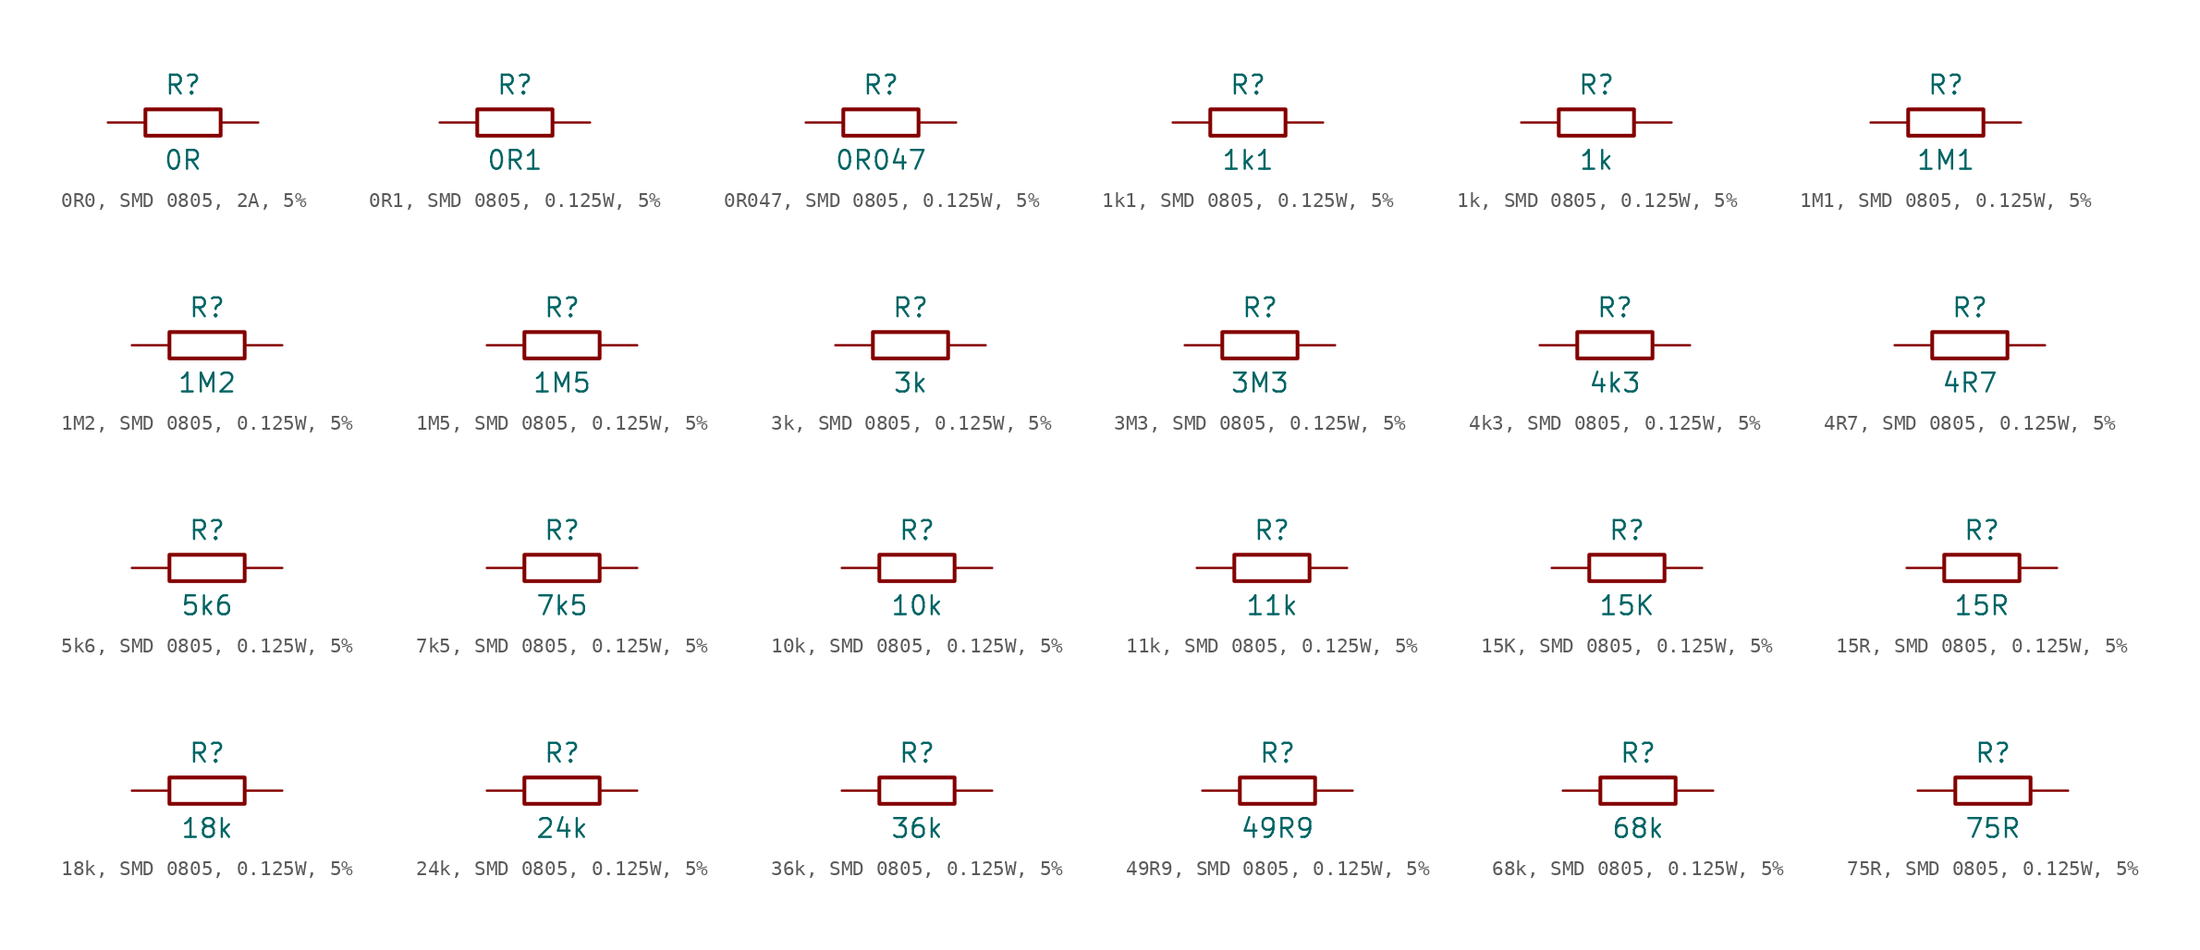
<source format=kicad_sym>
(kicad_symbol_lib
  (version 20241209)
  (generator "kicad_symbol_editor")
  (generator_version "9.0")
  (symbol "0R0, SMD 0805, 2A, 5%"
    (pin_numbers
      (hide yes))
    (pin_names
      (offset 0)
      (hide yes))
    (property "Reference" "R"
      (at 0 2.54 0)
      (effects (font (size 1.27 1.27))))
    (property "Value" "0R"
      (at 0 -2.54 0)
      (effects (font (size 1.27 1.27))))
    (symbol "0R0, SMD 0805, 2A, 5%_0_1"
      (rectangle (start -2.54 0.889) (end 2.54 -0.889) (stroke (width 0.254) (type default)) (fill (type none))))
    (symbol "0R0, SMD 0805, 2A, 5%_1_1"
      (pin passive line (at -5.08 0 0) (length 2.54) (name "1" (effects (font (size 1.27 1.27)))) (number "1" (effects (font (size 1.27 1.27)))))
      (pin passive line (at 5.08 0 180) (length 2.54) (name "2" (effects (font (size 1.27 1.27)))) (number "2" (effects (font (size 1.27 1.27)))))))
  (symbol "0R1, SMD 0805, 0.125W, 5%"
    (pin_numbers
      (hide yes))
    (pin_names
      (offset 0)
      (hide yes))
    (property "Reference" "R"
      (at 0 2.54 0)
      (effects (font (size 1.27 1.27))))
    (property "Value" "0R1"
      (at 0 -2.54 0)
      (effects (font (size 1.27 1.27))))
    (symbol "0R1, SMD 0805, 0.125W, 5%_0_1"
      (rectangle (start -2.54 0.889) (end 2.54 -0.889) (stroke (width 0.254) (type default)) (fill (type none))))
    (symbol "0R1, SMD 0805, 0.125W, 5%_1_1"
      (pin passive line (at -5.08 0 0) (length 2.54) (name "1" (effects (font (size 1.27 1.27)))) (number "1" (effects (font (size 1.27 1.27)))))
      (pin passive line (at 5.08 0 180) (length 2.54) (name "2" (effects (font (size 1.27 1.27)))) (number "2" (effects (font (size 1.27 1.27)))))))
  (symbol "0R047, SMD 0805, 0.125W, 5%"
    (pin_numbers
      (hide yes))
    (pin_names
      (offset 0)
      (hide yes))
    (property "Reference" "R"
      (at 0 2.54 0)
      (effects (font (size 1.27 1.27))))
    (property "Value" "0R047"
      (at 0 -2.54 0)
      (effects (font (size 1.27 1.27))))
    (symbol "0R047, SMD 0805, 0.125W, 5%_0_1"
      (rectangle (start -2.54 0.889) (end 2.54 -0.889) (stroke (width 0.254) (type default)) (fill (type none))))
    (symbol "0R047, SMD 0805, 0.125W, 5%_1_1"
      (pin passive line (at -5.08 0 0) (length 2.54) (name "1" (effects (font (size 1.27 1.27)))) (number "1" (effects (font (size 1.27 1.27)))))
      (pin passive line (at 5.08 0 180) (length 2.54) (name "2" (effects (font (size 1.27 1.27)))) (number "2" (effects (font (size 1.27 1.27)))))))
  (symbol "1k1, SMD 0805, 0.125W, 5%"
    (pin_numbers
      (hide yes))
    (pin_names
      (offset 0)
      (hide yes))
    (property "Reference" "R"
      (at 0 2.54 0)
      (effects (font (size 1.27 1.27))))
    (property "Value" "1k1"
      (at 0 -2.54 0)
      (effects (font (size 1.27 1.27))))
    (symbol "1k1, SMD 0805, 0.125W, 5%_0_1"
      (rectangle (start -2.54 0.889) (end 2.54 -0.889) (stroke (width 0.254) (type default)) (fill (type none))))
    (symbol "1k1, SMD 0805, 0.125W, 5%_1_1"
      (pin passive line (at -5.08 0 0) (length 2.54) (name "1" (effects (font (size 1.27 1.27)))) (number "1" (effects (font (size 1.27 1.27)))))
      (pin passive line (at 5.08 0 180) (length 2.54) (name "2" (effects (font (size 1.27 1.27)))) (number "2" (effects (font (size 1.27 1.27)))))))
  (symbol "1k, SMD 0805, 0.125W, 5%"
    (pin_numbers
      (hide yes))
    (pin_names
      (offset 0)
      (hide yes))
    (property "Reference" "R"
      (at 0 2.54 0)
      (effects (font (size 1.27 1.27))))
    (property "Value" "1k"
      (at 0 -2.54 0)
      (effects (font (size 1.27 1.27))))
    (symbol "1k, SMD 0805, 0.125W, 5%_0_1"
      (rectangle (start -2.54 0.889) (end 2.54 -0.889) (stroke (width 0.254) (type default)) (fill (type none))))
    (symbol "1k, SMD 0805, 0.125W, 5%_1_1"
      (pin passive line (at -5.08 0 0) (length 2.54) (name "1" (effects (font (size 1.27 1.27)))) (number "1" (effects (font (size 1.27 1.27)))))
      (pin passive line (at 5.08 0 180) (length 2.54) (name "2" (effects (font (size 1.27 1.27)))) (number "2" (effects (font (size 1.27 1.27)))))))
  (symbol "1M1, SMD 0805, 0.125W, 5%"
    (pin_numbers
      (hide yes))
    (pin_names
      (offset 0)
      (hide yes))
    (property "Reference" "R"
      (at 0 2.54 0)
      (effects (font (size 1.27 1.27))))
    (property "Value" "1M1"
      (at 0 -2.54 0)
      (effects (font (size 1.27 1.27))))
    (symbol "1M1, SMD 0805, 0.125W, 5%_0_1"
      (rectangle (start -2.54 0.889) (end 2.54 -0.889) (stroke (width 0.254) (type default)) (fill (type none))))
    (symbol "1M1, SMD 0805, 0.125W, 5%_1_1"
      (pin passive line (at -5.08 0 0) (length 2.54) (name "1" (effects (font (size 1.27 1.27)))) (number "1" (effects (font (size 1.27 1.27)))))
      (pin passive line (at 5.08 0 180) (length 2.54) (name "2" (effects (font (size 1.27 1.27)))) (number "2" (effects (font (size 1.27 1.27)))))))
  (symbol "1M2, SMD 0805, 0.125W, 5%"
    (pin_numbers
      (hide yes))
    (pin_names
      (offset 0)
      (hide yes))
    (property "Reference" "R"
      (at 0 2.54 0)
      (effects (font (size 1.27 1.27))))
    (property "Value" "1M2"
      (at 0 -2.54 0)
      (effects (font (size 1.27 1.27))))
    (symbol "1M2, SMD 0805, 0.125W, 5%_0_1"
      (rectangle (start -2.54 0.889) (end 2.54 -0.889) (stroke (width 0.254) (type default)) (fill (type none))))
    (symbol "1M2, SMD 0805, 0.125W, 5%_1_1"
      (pin passive line (at -5.08 0 0) (length 2.54) (name "1" (effects (font (size 1.27 1.27)))) (number "1" (effects (font (size 1.27 1.27)))))
      (pin passive line (at 5.08 0 180) (length 2.54) (name "2" (effects (font (size 1.27 1.27)))) (number "2" (effects (font (size 1.27 1.27)))))))
  (symbol "1M5, SMD 0805, 0.125W, 5%"
    (pin_numbers
      (hide yes))
    (pin_names
      (offset 0)
      (hide yes))
    (property "Reference" "R"
      (at 0 2.54 0)
      (effects (font (size 1.27 1.27))))
    (property "Value" "1M5"
      (at 0 -2.54 0)
      (effects (font (size 1.27 1.27))))
    (symbol "1M5, SMD 0805, 0.125W, 5%_0_1"
      (rectangle (start -2.54 0.889) (end 2.54 -0.889) (stroke (width 0.254) (type default)) (fill (type none))))
    (symbol "1M5, SMD 0805, 0.125W, 5%_1_1"
      (pin passive line (at -5.08 0 0) (length 2.54) (name "1" (effects (font (size 1.27 1.27)))) (number "1" (effects (font (size 1.27 1.27)))))
      (pin passive line (at 5.08 0 180) (length 2.54) (name "2" (effects (font (size 1.27 1.27)))) (number "2" (effects (font (size 1.27 1.27)))))))
  (symbol "3k, SMD 0805, 0.125W, 5%"
    (pin_numbers
      (hide yes))
    (pin_names
      (offset 0)
      (hide yes))
    (property "Reference" "R"
      (at 0 2.54 0)
      (effects (font (size 1.27 1.27))))
    (property "Value" "3k"
      (at 0 -2.54 0)
      (effects (font (size 1.27 1.27))))
    (symbol "3k, SMD 0805, 0.125W, 5%_0_1"
      (rectangle (start -2.54 0.889) (end 2.54 -0.889) (stroke (width 0.254) (type default)) (fill (type none))))
    (symbol "3k, SMD 0805, 0.125W, 5%_1_1"
      (pin passive line (at -5.08 0 0) (length 2.54) (name "1" (effects (font (size 1.27 1.27)))) (number "1" (effects (font (size 1.27 1.27)))))
      (pin passive line (at 5.08 0 180) (length 2.54) (name "2" (effects (font (size 1.27 1.27)))) (number "2" (effects (font (size 1.27 1.27)))))))
  (symbol "3M3, SMD 0805, 0.125W, 5%"
    (pin_numbers
      (hide yes))
    (pin_names
      (offset 0)
      (hide yes))
    (property "Reference" "R"
      (at 0 2.54 0)
      (effects (font (size 1.27 1.27))))
    (property "Value" "3M3"
      (at 0 -2.54 0)
      (effects (font (size 1.27 1.27))))
    (symbol "3M3, SMD 0805, 0.125W, 5%_0_1"
      (rectangle (start -2.54 0.889) (end 2.54 -0.889) (stroke (width 0.254) (type default)) (fill (type none))))
    (symbol "3M3, SMD 0805, 0.125W, 5%_1_1"
      (pin passive line (at -5.08 0 0) (length 2.54) (name "1" (effects (font (size 1.27 1.27)))) (number "1" (effects (font (size 1.27 1.27)))))
      (pin passive line (at 5.08 0 180) (length 2.54) (name "2" (effects (font (size 1.27 1.27)))) (number "2" (effects (font (size 1.27 1.27)))))))
  (symbol "4k3, SMD 0805, 0.125W, 5%"
    (pin_numbers
      (hide yes))
    (pin_names
      (offset 0)
      (hide yes))
    (property "Reference" "R"
      (at 0 2.54 0)
      (effects (font (size 1.27 1.27))))
    (property "Value" "4k3"
      (at 0 -2.54 0)
      (effects (font (size 1.27 1.27))))
    (symbol "4k3, SMD 0805, 0.125W, 5%_0_1"
      (rectangle (start -2.54 0.889) (end 2.54 -0.889) (stroke (width 0.254) (type default)) (fill (type none))))
    (symbol "4k3, SMD 0805, 0.125W, 5%_1_1"
      (pin passive line (at -5.08 0 0) (length 2.54) (name "1" (effects (font (size 1.27 1.27)))) (number "1" (effects (font (size 1.27 1.27)))))
      (pin passive line (at 5.08 0 180) (length 2.54) (name "2" (effects (font (size 1.27 1.27)))) (number "2" (effects (font (size 1.27 1.27)))))))
  (symbol "4R7, SMD 0805, 0.125W, 5%"
    (pin_numbers
      (hide yes))
    (pin_names
      (offset 0)
      (hide yes))
    (property "Reference" "R"
      (at 0 2.54 0)
      (effects (font (size 1.27 1.27))))
    (property "Value" "4R7"
      (at 0 -2.54 0)
      (effects (font (size 1.27 1.27))))
    (symbol "4R7, SMD 0805, 0.125W, 5%_0_1"
      (rectangle (start -2.54 0.889) (end 2.54 -0.889) (stroke (width 0.254) (type default)) (fill (type none))))
    (symbol "4R7, SMD 0805, 0.125W, 5%_1_1"
      (pin passive line (at -5.08 0 0) (length 2.54) (name "1" (effects (font (size 1.27 1.27)))) (number "1" (effects (font (size 1.27 1.27)))))
      (pin passive line (at 5.08 0 180) (length 2.54) (name "2" (effects (font (size 1.27 1.27)))) (number "2" (effects (font (size 1.27 1.27)))))))
  (symbol "5k6, SMD 0805, 0.125W, 5%"
    (pin_numbers
      (hide yes))
    (pin_names
      (offset 0)
      (hide yes))
    (property "Reference" "R"
      (at 0 2.54 0)
      (effects (font (size 1.27 1.27))))
    (property "Value" "5k6"
      (at 0 -2.54 0)
      (effects (font (size 1.27 1.27))))
    (symbol "5k6, SMD 0805, 0.125W, 5%_0_1"
      (rectangle (start -2.54 0.889) (end 2.54 -0.889) (stroke (width 0.254) (type default)) (fill (type none))))
    (symbol "5k6, SMD 0805, 0.125W, 5%_1_1"
      (pin passive line (at -5.08 0 0) (length 2.54) (name "1" (effects (font (size 1.27 1.27)))) (number "1" (effects (font (size 1.27 1.27)))))
      (pin passive line (at 5.08 0 180) (length 2.54) (name "2" (effects (font (size 1.27 1.27)))) (number "2" (effects (font (size 1.27 1.27)))))))
  (symbol "7k5, SMD 0805, 0.125W, 5%"
    (pin_numbers
      (hide yes))
    (pin_names
      (offset 0)
      (hide yes))
    (property "Reference" "R"
      (at 0 2.54 0)
      (effects (font (size 1.27 1.27))))
    (property "Value" "7k5"
      (at 0 -2.54 0)
      (effects (font (size 1.27 1.27))))
    (symbol "7k5, SMD 0805, 0.125W, 5%_0_1"
      (rectangle (start -2.54 0.889) (end 2.54 -0.889) (stroke (width 0.254) (type default)) (fill (type none))))
    (symbol "7k5, SMD 0805, 0.125W, 5%_1_1"
      (pin passive line (at -5.08 0 0) (length 2.54) (name "1" (effects (font (size 1.27 1.27)))) (number "1" (effects (font (size 1.27 1.27)))))
      (pin passive line (at 5.08 0 180) (length 2.54) (name "2" (effects (font (size 1.27 1.27)))) (number "2" (effects (font (size 1.27 1.27)))))))
  (symbol "10k, SMD 0805, 0.125W, 5%"
    (pin_numbers
      (hide yes))
    (pin_names
      (offset 0)
      (hide yes))
    (property "Reference" "R"
      (at 0 2.54 0)
      (effects (font (size 1.27 1.27))))
    (property "Value" "10k"
      (at 0 -2.54 0)
      (effects (font (size 1.27 1.27))))
    (symbol "10k, SMD 0805, 0.125W, 5%_0_1"
      (rectangle (start -2.54 0.889) (end 2.54 -0.889) (stroke (width 0.254) (type default)) (fill (type none))))
    (symbol "10k, SMD 0805, 0.125W, 5%_1_1"
      (pin passive line (at -5.08 0 0) (length 2.54) (name "1" (effects (font (size 1.27 1.27)))) (number "1" (effects (font (size 1.27 1.27)))))
      (pin passive line (at 5.08 0 180) (length 2.54) (name "2" (effects (font (size 1.27 1.27)))) (number "2" (effects (font (size 1.27 1.27)))))))
  (symbol "11k, SMD 0805, 0.125W, 5%"
    (pin_numbers
      (hide yes))
    (pin_names
      (offset 0)
      (hide yes))
    (property "Reference" "R"
      (at 0 2.54 0)
      (effects (font (size 1.27 1.27))))
    (property "Value" "11k"
      (at 0 -2.54 0)
      (effects (font (size 1.27 1.27))))
    (symbol "11k, SMD 0805, 0.125W, 5%_0_1"
      (rectangle (start -2.54 0.889) (end 2.54 -0.889) (stroke (width 0.254) (type default)) (fill (type none))))
    (symbol "11k, SMD 0805, 0.125W, 5%_1_1"
      (pin passive line (at -5.08 0 0) (length 2.54) (name "1" (effects (font (size 1.27 1.27)))) (number "1" (effects (font (size 1.27 1.27)))))
      (pin passive line (at 5.08 0 180) (length 2.54) (name "2" (effects (font (size 1.27 1.27)))) (number "2" (effects (font (size 1.27 1.27)))))))
  (symbol "15K, SMD 0805, 0.125W, 5%"
    (pin_numbers
      (hide yes))
    (pin_names
      (offset 0)
      (hide yes))
    (property "Reference" "R"
      (at 0 2.54 0)
      (effects (font (size 1.27 1.27))))
    (property "Value" "15K"
      (at 0 -2.54 0)
      (effects (font (size 1.27 1.27))))
    (symbol "15K, SMD 0805, 0.125W, 5%_0_1"
      (rectangle (start -2.54 0.889) (end 2.54 -0.889) (stroke (width 0.254) (type default)) (fill (type none))))
    (symbol "15K, SMD 0805, 0.125W, 5%_1_1"
      (pin passive line (at -5.08 0 0) (length 2.54) (name "1" (effects (font (size 1.27 1.27)))) (number "1" (effects (font (size 1.27 1.27)))))
      (pin passive line (at 5.08 0 180) (length 2.54) (name "2" (effects (font (size 1.27 1.27)))) (number "2" (effects (font (size 1.27 1.27)))))))
  (symbol "15R, SMD 0805, 0.125W, 5%"
    (pin_numbers
      (hide yes))
    (pin_names
      (offset 0)
      (hide yes))
    (property "Reference" "R"
      (at 0 2.54 0)
      (effects (font (size 1.27 1.27))))
    (property "Value" "15R"
      (at 0 -2.54 0)
      (effects (font (size 1.27 1.27))))
    (symbol "15R, SMD 0805, 0.125W, 5%_0_1"
      (rectangle (start -2.54 0.889) (end 2.54 -0.889) (stroke (width 0.254) (type default)) (fill (type none))))
    (symbol "15R, SMD 0805, 0.125W, 5%_1_1"
      (pin passive line (at -5.08 0 0) (length 2.54) (name "1" (effects (font (size 1.27 1.27)))) (number "1" (effects (font (size 1.27 1.27)))))
      (pin passive line (at 5.08 0 180) (length 2.54) (name "2" (effects (font (size 1.27 1.27)))) (number "2" (effects (font (size 1.27 1.27)))))))
  (symbol "18k, SMD 0805, 0.125W, 5%"
    (pin_numbers
      (hide yes))
    (pin_names
      (offset 0)
      (hide yes))
    (property "Reference" "R"
      (at 0 2.54 0)
      (effects (font (size 1.27 1.27))))
    (property "Value" "18k"
      (at 0 -2.54 0)
      (effects (font (size 1.27 1.27))))
    (symbol "18k, SMD 0805, 0.125W, 5%_0_1"
      (rectangle (start -2.54 0.889) (end 2.54 -0.889) (stroke (width 0.254) (type default)) (fill (type none))))
    (symbol "18k, SMD 0805, 0.125W, 5%_1_1"
      (pin passive line (at -5.08 0 0) (length 2.54) (name "1" (effects (font (size 1.27 1.27)))) (number "1" (effects (font (size 1.27 1.27)))))
      (pin passive line (at 5.08 0 180) (length 2.54) (name "2" (effects (font (size 1.27 1.27)))) (number "2" (effects (font (size 1.27 1.27)))))))
  (symbol "24k, SMD 0805, 0.125W, 5%"
    (pin_numbers
      (hide yes))
    (pin_names
      (offset 0)
      (hide yes))
    (property "Reference" "R"
      (at 0 2.54 0)
      (effects (font (size 1.27 1.27))))
    (property "Value" "24k"
      (at 0 -2.54 0)
      (effects (font (size 1.27 1.27))))
    (symbol "24k, SMD 0805, 0.125W, 5%_0_1"
      (rectangle (start -2.54 0.889) (end 2.54 -0.889) (stroke (width 0.254) (type default)) (fill (type none))))
    (symbol "24k, SMD 0805, 0.125W, 5%_1_1"
      (pin passive line (at -5.08 0 0) (length 2.54) (name "1" (effects (font (size 1.27 1.27)))) (number "1" (effects (font (size 1.27 1.27)))))
      (pin passive line (at 5.08 0 180) (length 2.54) (name "2" (effects (font (size 1.27 1.27)))) (number "2" (effects (font (size 1.27 1.27)))))))
  (symbol "36k, SMD 0805, 0.125W, 5%"
    (pin_numbers
      (hide yes))
    (pin_names
      (offset 0)
      (hide yes))
    (property "Reference" "R"
      (at 0 2.54 0)
      (effects (font (size 1.27 1.27))))
    (property "Value" "36k"
      (at 0 -2.54 0)
      (effects (font (size 1.27 1.27))))
    (symbol "36k, SMD 0805, 0.125W, 5%_0_1"
      (rectangle (start -2.54 0.889) (end 2.54 -0.889) (stroke (width 0.254) (type default)) (fill (type none))))
    (symbol "36k, SMD 0805, 0.125W, 5%_1_1"
      (pin passive line (at -5.08 0 0) (length 2.54) (name "1" (effects (font (size 1.27 1.27)))) (number "1" (effects (font (size 1.27 1.27)))))
      (pin passive line (at 5.08 0 180) (length 2.54) (name "2" (effects (font (size 1.27 1.27)))) (number "2" (effects (font (size 1.27 1.27)))))))
  (symbol "49R9, SMD 0805, 0.125W, 5%"
    (pin_numbers
      (hide yes))
    (pin_names
      (offset 0)
      (hide yes))
    (property "Reference" "R"
      (at 0 2.54 0)
      (effects (font (size 1.27 1.27))))
    (property "Value" "49R9"
      (at 0 -2.54 0)
      (effects (font (size 1.27 1.27))))
    (symbol "49R9, SMD 0805, 0.125W, 5%_0_1"
      (rectangle (start -2.54 0.889) (end 2.54 -0.889) (stroke (width 0.254) (type default)) (fill (type none))))
    (symbol "49R9, SMD 0805, 0.125W, 5%_1_1"
      (pin passive line (at -5.08 0 0) (length 2.54) (name "1" (effects (font (size 1.27 1.27)))) (number "1" (effects (font (size 1.27 1.27)))))
      (pin passive line (at 5.08 0 180) (length 2.54) (name "2" (effects (font (size 1.27 1.27)))) (number "2" (effects (font (size 1.27 1.27)))))))
  (symbol "68k, SMD 0805, 0.125W, 5%"
    (pin_numbers
      (hide yes))
    (pin_names
      (offset 0)
      (hide yes))
    (property "Reference" "R"
      (at 0 2.54 0)
      (effects (font (size 1.27 1.27))))
    (property "Value" "68k"
      (at 0 -2.54 0)
      (effects (font (size 1.27 1.27))))
    (symbol "68k, SMD 0805, 0.125W, 5%_0_1"
      (rectangle (start -2.54 0.889) (end 2.54 -0.889) (stroke (width 0.254) (type default)) (fill (type none))))
    (symbol "68k, SMD 0805, 0.125W, 5%_1_1"
      (pin passive line (at -5.08 0 0) (length 2.54) (name "1" (effects (font (size 1.27 1.27)))) (number "1" (effects (font (size 1.27 1.27)))))
      (pin passive line (at 5.08 0 180) (length 2.54) (name "2" (effects (font (size 1.27 1.27)))) (number "2" (effects (font (size 1.27 1.27)))))))
  (symbol "75R, SMD 0805, 0.125W, 5%"
    (pin_numbers
      (hide yes))
    (pin_names
      (offset 0)
      (hide yes))
    (property "Reference" "R"
      (at 0 2.54 0)
      (effects (font (size 1.27 1.27))))
    (property "Value" "75R"
      (at 0 -2.54 0)
      (effects (font (size 1.27 1.27))))
    (symbol "75R, SMD 0805, 0.125W, 5%_0_1"
      (rectangle (start -2.54 0.889) (end 2.54 -0.889) (stroke (width 0.254) (type default)) (fill (type none))))
    (symbol "75R, SMD 0805, 0.125W, 5%_1_1"
      (pin passive line (at -5.08 0 0) (length 2.54) (name "1" (effects (font (size 1.27 1.27)))) (number "1" (effects (font (size 1.27 1.27)))))
      (pin passive line (at 5.08 0 180) (length 2.54) (name "2" (effects (font (size 1.27 1.27)))) (number "2" (effects (font (size 1.27 1.27))))))))
</source>
